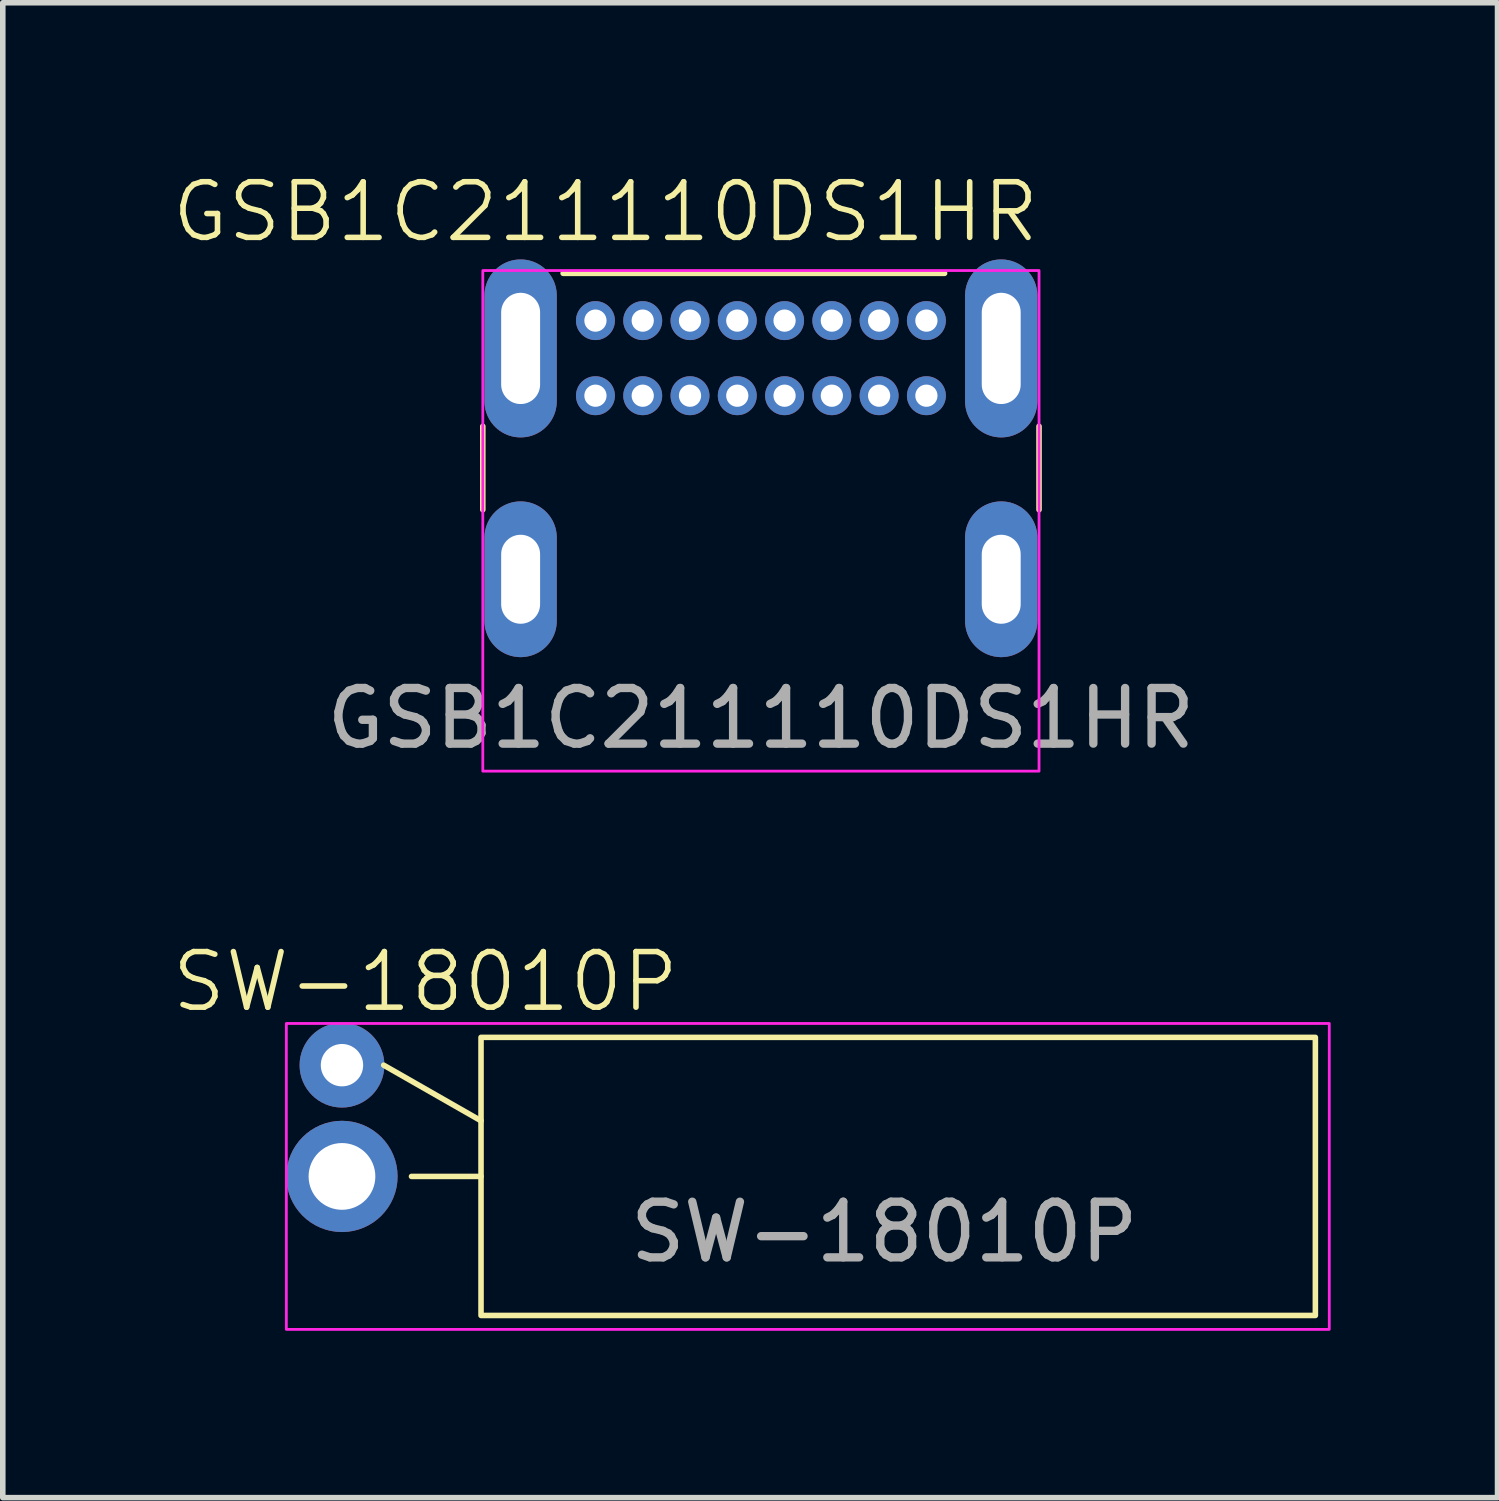
<source format=kicad_pcb>
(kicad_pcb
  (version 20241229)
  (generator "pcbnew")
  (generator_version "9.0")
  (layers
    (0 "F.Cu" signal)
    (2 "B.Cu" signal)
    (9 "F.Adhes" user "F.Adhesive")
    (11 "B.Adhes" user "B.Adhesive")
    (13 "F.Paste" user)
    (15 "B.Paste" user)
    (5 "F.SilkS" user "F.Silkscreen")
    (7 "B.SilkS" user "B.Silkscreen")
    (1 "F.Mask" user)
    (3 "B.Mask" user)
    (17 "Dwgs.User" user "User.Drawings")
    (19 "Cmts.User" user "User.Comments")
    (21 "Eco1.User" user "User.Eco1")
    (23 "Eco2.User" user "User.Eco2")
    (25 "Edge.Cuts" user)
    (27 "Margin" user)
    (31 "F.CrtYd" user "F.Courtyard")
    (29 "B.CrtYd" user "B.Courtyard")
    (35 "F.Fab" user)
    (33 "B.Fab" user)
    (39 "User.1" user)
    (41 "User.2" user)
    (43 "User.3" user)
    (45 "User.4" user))
  (footprint "GSB1C211110DS1HR"
    (layer "F.Cu")
    (at 10.63 7.364)
    (property "Reference" "GSB1C211110DS1HR" (at -2.794 -6.604 0) (unlocked yes) (layer "F.SilkS") (effects (font (size 1 1) (thickness 0.1))))
    (attr through_hole)
    (fp_line (start -5 -1.25) (end -5 -2.75) (stroke (width 0.1) (type default)) (layer "F.SilkS"))
    (fp_line (start 3.302 -5.5) (end -3.556 -5.5) (stroke (width 0.1) (type default)) (layer "F.SilkS"))
    (fp_line (start 5 -1.25) (end 5 -2.75) (stroke (width 0.1) (type default)) (layer "F.SilkS"))
    (fp_rect (start -5 -5.55) (end 5 3.45) (stroke (width 0.05) (type default)) (fill no) (layer "F.CrtYd"))
    (fp_line (start -4.3 3) (end 4.3 3) (stroke (width 0.1) (type default)) (layer "User.1"))
    (fp_text user "${REFERENCE}" (at 0 2.5 0) (unlocked yes) (layer "F.Fab") (effects (font (size 1 1) (thickness 0.15))))
    (pad "A1" thru_hole circle (at -2.975 -4.65) (size 0.7 0.7) (drill 0.4) (layers "*.Cu" "*.Mask"))
    (pad "A4" thru_hole circle (at -2.125 -4.65) (size 0.7 0.7) (drill 0.4) (layers "*.Cu" "*.Mask"))
    (pad "A5" thru_hole circle (at -1.275 -4.65) (size 0.7 0.7) (drill 0.4) (layers "*.Cu" "*.Mask"))
    (pad "A6" thru_hole circle (at -0.425 -4.65) (size 0.7 0.7) (drill 0.4) (layers "*.Cu" "*.Mask"))
    (pad "A7" thru_hole circle (at 0.425 -4.65) (size 0.7 0.7) (drill 0.4) (layers "*.Cu" "*.Mask"))
    (pad "A8" thru_hole circle (at 1.275 -4.65) (size 0.7 0.7) (drill 0.4) (layers "*.Cu" "*.Mask"))
    (pad "A9" thru_hole circle (at 2.125 -4.65) (size 0.7 0.7) (drill 0.4) (layers "*.Cu" "*.Mask"))
    (pad "A12" thru_hole circle (at 2.975 -4.65) (size 0.7 0.7) (drill 0.4) (layers "*.Cu" "*.Mask"))
    (pad "B1" thru_hole circle (at 2.975 -3.3) (size 0.7 0.7) (drill 0.4) (layers "*.Cu" "*.Mask"))
    (pad "B4" thru_hole circle (at 2.125 -3.3) (size 0.7 0.7) (drill 0.4) (layers "*.Cu" "*.Mask"))
    (pad "B5" thru_hole circle (at 1.275 -3.3) (size 0.7 0.7) (drill 0.4) (layers "*.Cu" "*.Mask"))
    (pad "B6" thru_hole circle (at 0.425 -3.3) (size 0.7 0.7) (drill 0.4) (layers "*.Cu" "*.Mask"))
    (pad "B7" thru_hole circle (at -0.425 -3.3) (size 0.7 0.7) (drill 0.4) (layers "*.Cu" "*.Mask"))
    (pad "B8" thru_hole circle (at -1.275 -3.3) (size 0.7 0.7) (drill 0.4) (layers "*.Cu" "*.Mask"))
    (pad "B9" thru_hole circle (at -2.125 -3.3) (size 0.7 0.7) (drill 0.4) (layers "*.Cu" "*.Mask"))
    (pad "B12" thru_hole circle (at -2.975 -3.3) (size 0.7 0.7) (drill 0.4) (layers "*.Cu" "*.Mask"))
    (pad "S1" thru_hole oval (at -4.32 -4.15) (size 1.3 3.2) (drill oval 0.7 2) (layers "*.Cu" "*.Mask"))
    (pad "S1" thru_hole oval (at -4.32 0) (size 1.3 2.8) (drill oval 0.7 1.6) (layers "*.Cu" "*.Mask"))
    (pad "S1" thru_hole oval (at 4.32 -4.15) (size 1.3 3.2) (drill oval 0.7 2) (layers "*.Cu" "*.Mask"))
    (pad "S1" thru_hole oval (at 4.32 0) (size 1.3 2.8) (drill oval 0.7 1.6) (layers "*.Cu" "*.Mask")))
  (footprint "SW-18010P"
    (layer "F.Cu")
    (at 10.598 18.1)
    (property "Reference" "SW-18010P" (at -6 -3.5 0) (unlocked yes) (layer "F.SilkS") (effects (font (size 1 1) (thickness 0.1))))
    (attr through_hole)
    (fp_line (start -6.75 -2) (end -5 -1) (stroke (width 0.1) (type default)) (layer "F.SilkS"))
    (fp_line (start -6.25 0) (end -5 0) (stroke (width 0.1) (type default)) (layer "F.SilkS"))
    (fp_rect (start -5 -2.5) (end 10 2.5) (stroke (width 0.1) (type default)) (fill no) (layer "F.SilkS"))
    (fp_rect (start -8.5 -2.75) (end 10.25 2.75) (stroke (width 0.05) (type default)) (fill no) (layer "F.CrtYd"))
    (fp_text user "${REFERENCE}" (at 2.25 1 0) (unlocked yes) (layer "F.Fab") (effects (font (size 1 1) (thickness 0.15))))
    (pad "1" thru_hole circle (at -7.5 0) (size 2 2) (drill 1.2) (layers "*.Cu" "*.Mask"))
    (pad "2" thru_hole circle (at -7.5 -2) (size 1.524 1.524) (drill 0.762) (layers "*.Cu" "*.Mask")))
  (gr_rect
    (start -3 -3)
    (end 23.873 23.875)
    (stroke (width 0.1) (type default))
    (fill no)
    (layer "Edge.Cuts")))
</source>
